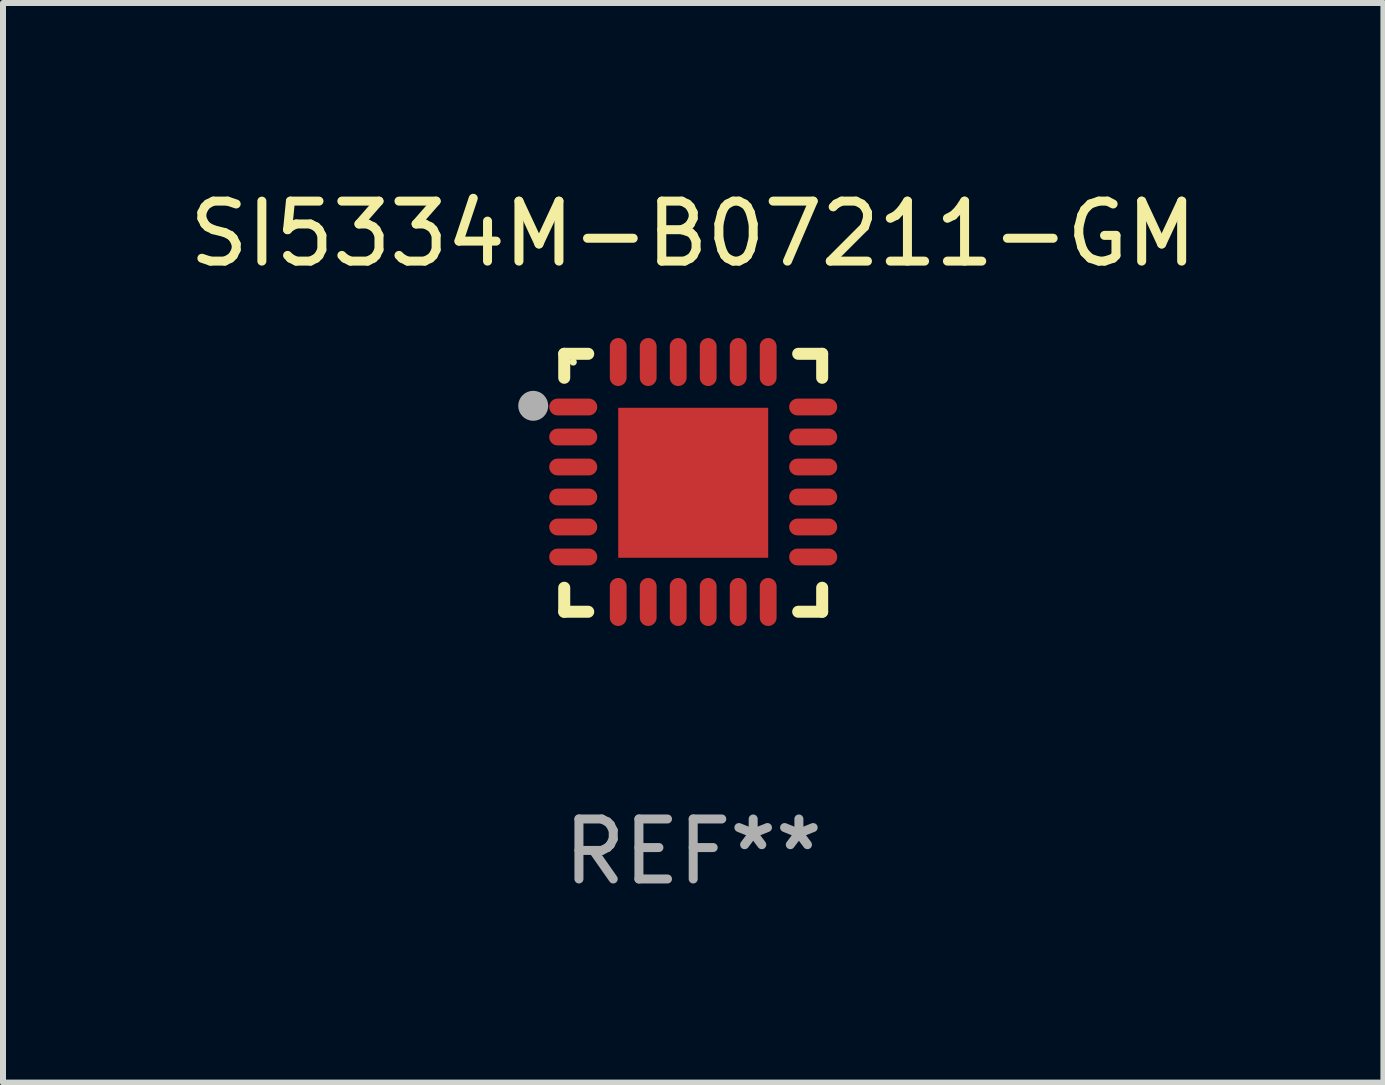
<source format=kicad_pcb>
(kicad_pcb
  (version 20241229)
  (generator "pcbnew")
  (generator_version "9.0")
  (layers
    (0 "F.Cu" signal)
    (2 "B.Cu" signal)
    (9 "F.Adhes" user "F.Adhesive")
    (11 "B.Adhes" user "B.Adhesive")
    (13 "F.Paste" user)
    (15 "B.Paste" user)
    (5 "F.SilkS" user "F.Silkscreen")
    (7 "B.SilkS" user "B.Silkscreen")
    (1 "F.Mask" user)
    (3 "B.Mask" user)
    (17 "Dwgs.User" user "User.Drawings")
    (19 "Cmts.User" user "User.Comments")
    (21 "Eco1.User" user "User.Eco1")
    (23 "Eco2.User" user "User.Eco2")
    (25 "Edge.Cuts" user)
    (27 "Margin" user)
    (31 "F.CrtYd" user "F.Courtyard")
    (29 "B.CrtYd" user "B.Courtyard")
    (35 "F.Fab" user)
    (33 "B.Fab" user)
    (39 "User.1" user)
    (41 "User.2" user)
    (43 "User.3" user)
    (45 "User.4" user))
  (footprint "SI5334M-B07211-GM"
    (layer "F.Cu")
    (at 8.506 4.998)
    (property "Reference" "SI5334M-B07211-GM" (at 0 -4.15 0) (layer "F.SilkS") (effects (font (size 1 1) (thickness 0.15))))
    (attr through_hole)
    (fp_line (start -2.15 -2.15) (end -1.75 -2.15) (stroke (width 0.2) (type solid)) (layer "F.SilkS"))
    (fp_line (start -2.15 -1.75) (end -2.15 -2.15) (stroke (width 0.2) (type solid)) (layer "F.SilkS"))
    (fp_line (start -2.15 2.15) (end -2.15 1.75) (stroke (width 0.2) (type solid)) (layer "F.SilkS"))
    (fp_line (start -1.75 2.15) (end -2.15 2.15) (stroke (width 0.2) (type solid)) (layer "F.SilkS"))
    (fp_line (start 1.75 -2.15) (end 2.15 -2.15) (stroke (width 0.2) (type solid)) (layer "F.SilkS"))
    (fp_line (start 1.75 2.15) (end 2.15 2.15) (stroke (width 0.2) (type solid)) (layer "F.SilkS"))
    (fp_line (start 2.15 -2.15) (end 2.15 -1.75) (stroke (width 0.2) (type solid)) (layer "F.SilkS"))
    (fp_line (start 2.15 2.15) (end 2.15 1.75) (stroke (width 0.2) (type solid)) (layer "F.SilkS"))
    (fp_circle (center -2 -2.013) (end -1.97 -2.013) (stroke (width 0.06) (type solid)) (fill no) (layer "F.SilkS"))
    (fp_circle (center -2.667 -1.283) (end -2.542 -1.283) (stroke (width 0.25) (type solid)) (fill no) (layer "F.Fab"))
    (fp_text user "REF**" (at 0 6.15 0) (layer "F.Fab") (effects (font (size 1 1) (thickness 0.15))))
    (pad "1" smd oval (at -2 -1.263) (size 0.8 0.28) (layers "F.Cu" "F.Mask" "F.Paste"))
    (pad "2" smd oval (at -2 -0.763) (size 0.8 0.28) (layers "F.Cu" "F.Mask" "F.Paste"))
    (pad "3" smd oval (at -2 -0.263) (size 0.8 0.28) (layers "F.Cu" "F.Mask" "F.Paste"))
    (pad "4" smd oval (at -2 0.237) (size 0.8 0.28) (layers "F.Cu" "F.Mask" "F.Paste"))
    (pad "5" smd oval (at -2 0.737) (size 0.8 0.28) (layers "F.Cu" "F.Mask" "F.Paste"))
    (pad "6" smd oval (at -2 1.237) (size 0.8 0.28) (layers "F.Cu" "F.Mask" "F.Paste"))
    (pad "7" smd oval (at -1.25 1.987) (size 0.28 0.8) (layers "F.Cu" "F.Mask" "F.Paste"))
    (pad "8" smd oval (at -0.75 1.987) (size 0.28 0.8) (layers "F.Cu" "F.Mask" "F.Paste"))
    (pad "9" smd oval (at -0.25 1.987) (size 0.28 0.8) (layers "F.Cu" "F.Mask" "F.Paste"))
    (pad "10" smd oval (at 0.25 1.987) (size 0.28 0.8) (layers "F.Cu" "F.Mask" "F.Paste"))
    (pad "11" smd oval (at 0.75 1.987) (size 0.28 0.8) (layers "F.Cu" "F.Mask" "F.Paste"))
    (pad "12" smd oval (at 1.25 1.987) (size 0.28 0.8) (layers "F.Cu" "F.Mask" "F.Paste"))
    (pad "13" smd oval (at 2 1.237) (size 0.8 0.28) (layers "F.Cu" "F.Mask" "F.Paste"))
    (pad "14" smd oval (at 2 0.737) (size 0.8 0.28) (layers "F.Cu" "F.Mask" "F.Paste"))
    (pad "15" smd oval (at 2 0.237) (size 0.8 0.28) (layers "F.Cu" "F.Mask" "F.Paste"))
    (pad "16" smd oval (at 2 -0.263) (size 0.8 0.28) (layers "F.Cu" "F.Mask" "F.Paste"))
    (pad "17" smd oval (at 2 -0.763) (size 0.8 0.28) (layers "F.Cu" "F.Mask" "F.Paste"))
    (pad "18" smd oval (at 2 -1.263) (size 0.8 0.28) (layers "F.Cu" "F.Mask" "F.Paste"))
    (pad "19" smd oval (at 1.25 -2.013) (size 0.28 0.8) (layers "F.Cu" "F.Mask" "F.Paste"))
    (pad "20" smd oval (at 0.75 -2.013) (size 0.28 0.8) (layers "F.Cu" "F.Mask" "F.Paste"))
    (pad "21" smd oval (at 0.25 -2.013) (size 0.28 0.8) (layers "F.Cu" "F.Mask" "F.Paste"))
    (pad "22" smd oval (at -0.25 -2.013) (size 0.28 0.8) (layers "F.Cu" "F.Mask" "F.Paste"))
    (pad "23" smd oval (at -0.75 -2.013) (size 0.28 0.8) (layers "F.Cu" "F.Mask" "F.Paste"))
    (pad "24" smd oval (at -1.25 -2.013) (size 0.28 0.8) (layers "F.Cu" "F.Mask" "F.Paste"))
    (pad "25" smd rect (at -0.000127 -0.00014) (size 2.5 2.5) (layers "F.Cu" "F.Mask" "F.Paste")))
  (gr_rect
    (start -3 -3)
    (end 20.012 14.997)
    (stroke (width 0.1) (type default))
    (fill no)
    (layer "Edge.Cuts")))
</source>
